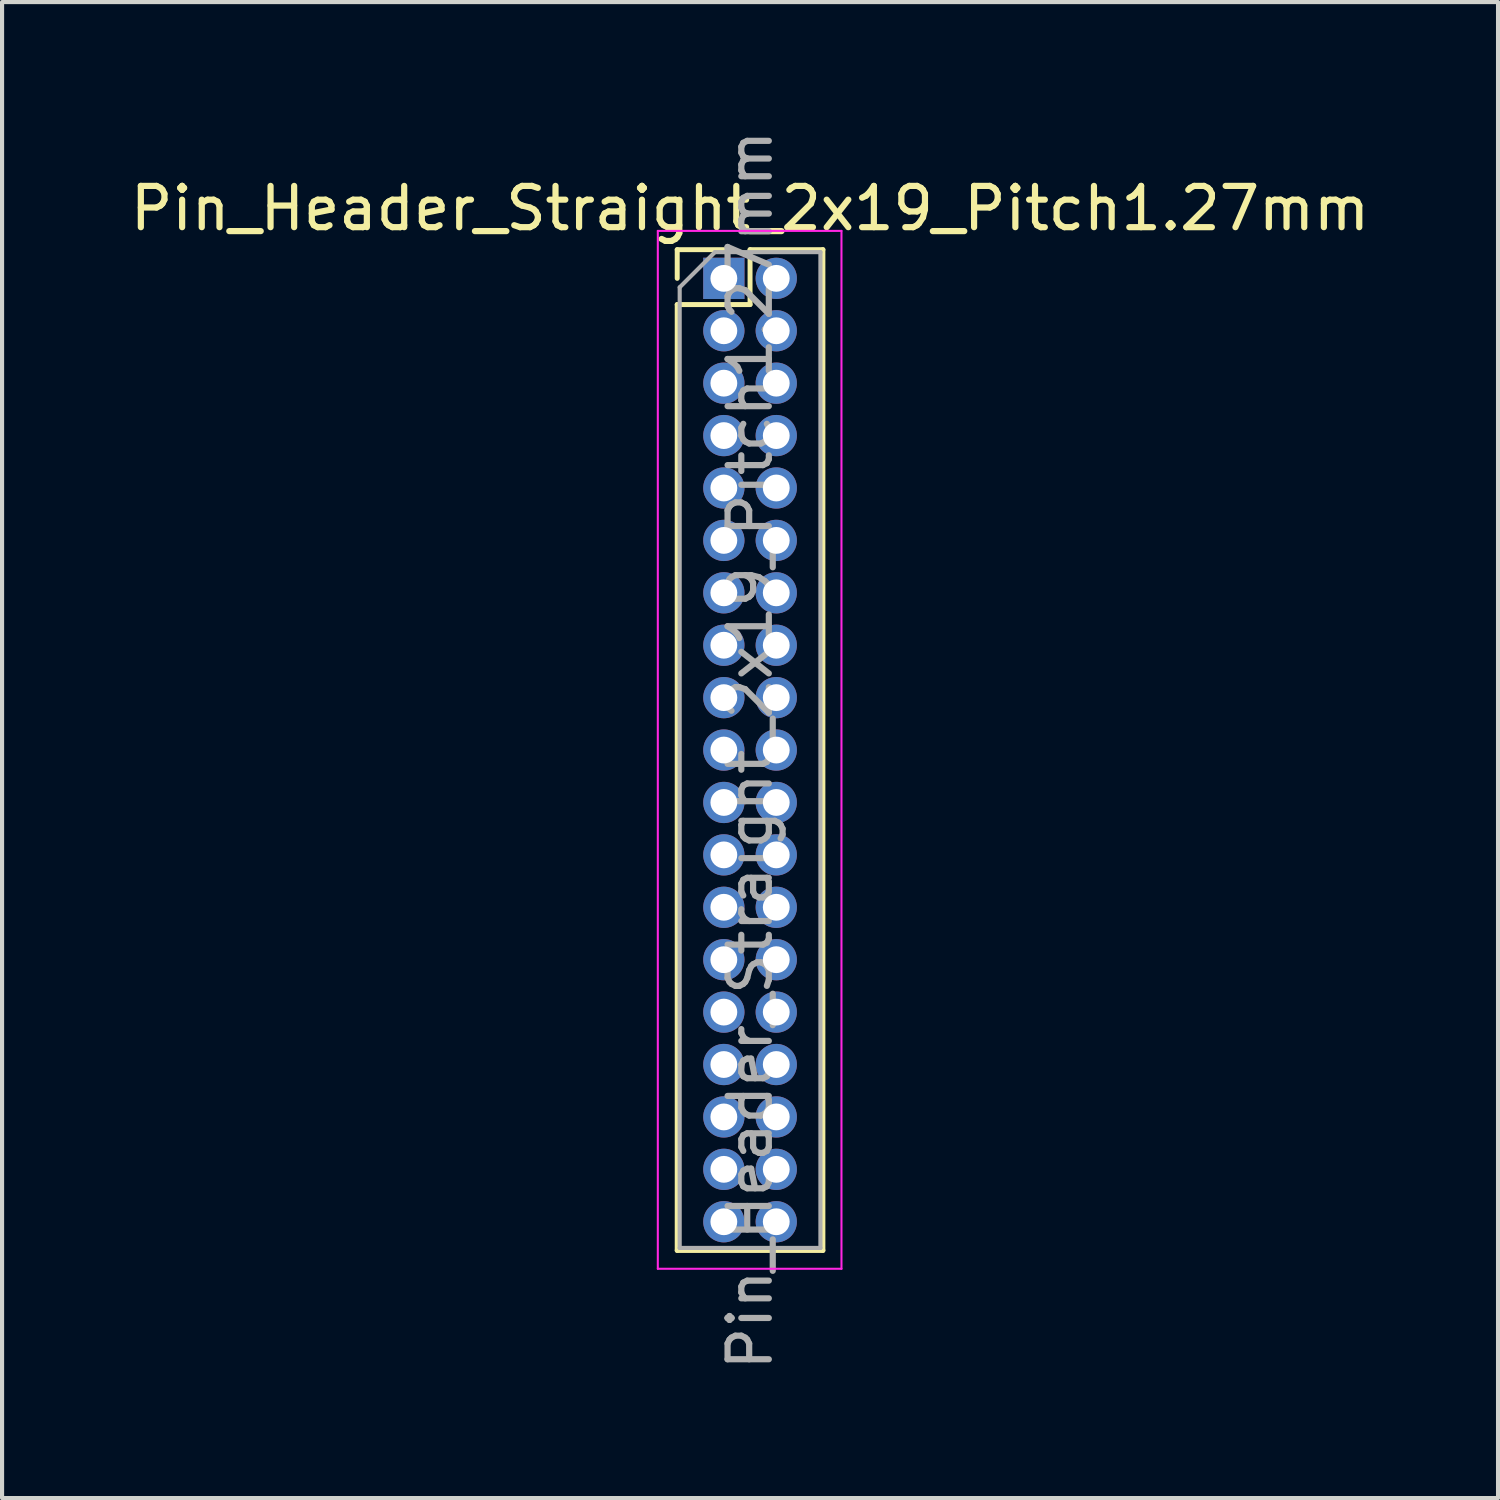
<source format=kicad_pcb>
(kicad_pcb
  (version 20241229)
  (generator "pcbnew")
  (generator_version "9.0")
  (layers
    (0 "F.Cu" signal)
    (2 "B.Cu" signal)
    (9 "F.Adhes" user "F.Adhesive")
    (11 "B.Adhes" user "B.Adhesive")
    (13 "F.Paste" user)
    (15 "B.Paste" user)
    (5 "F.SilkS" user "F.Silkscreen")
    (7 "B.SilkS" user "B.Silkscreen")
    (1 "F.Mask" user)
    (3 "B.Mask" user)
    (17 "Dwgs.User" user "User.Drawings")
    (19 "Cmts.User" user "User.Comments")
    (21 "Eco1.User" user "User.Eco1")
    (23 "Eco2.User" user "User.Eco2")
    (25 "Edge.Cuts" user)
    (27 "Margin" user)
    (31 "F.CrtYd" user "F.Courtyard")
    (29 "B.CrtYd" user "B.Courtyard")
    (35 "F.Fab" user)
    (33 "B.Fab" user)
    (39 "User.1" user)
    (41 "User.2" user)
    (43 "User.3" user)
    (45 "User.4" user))
  (footprint "Pin_Header_Straight_2x19_Pitch1.27mm"
    (layer "F.Cu")
    (at 14.49 3.695)
    (property "Reference" "Pin_Header_Straight_2x19_Pitch1.27mm" (at 0.635 -1.695 0) (layer "F.SilkS") (effects (font (size 1 1) (thickness 0.15))))
    (attr through_hole)
    (fp_line (start -1.13 -0.695) (end 0 -0.695) (stroke (width 0.12) (type solid)) (layer "F.SilkS"))
    (fp_line (start -1.13 0) (end -1.13 -0.695) (stroke (width 0.12) (type solid)) (layer "F.SilkS"))
    (fp_line (start -1.13 0.635) (end -1.13 23.555) (stroke (width 0.12) (type solid)) (layer "F.SilkS"))
    (fp_line (start -1.13 23.555) (end 2.4 23.555) (stroke (width 0.12) (type solid)) (layer "F.SilkS"))
    (fp_line (start 0.635 -0.695) (end 0.635 0.635) (stroke (width 0.12) (type solid)) (layer "F.SilkS"))
    (fp_line (start 0.635 0.635) (end -1.13 0.635) (stroke (width 0.12) (type solid)) (layer "F.SilkS"))
    (fp_line (start 2.4 -0.695) (end 0.635 -0.695) (stroke (width 0.12) (type solid)) (layer "F.SilkS"))
    (fp_line (start 2.4 23.555) (end 2.4 -0.695) (stroke (width 0.12) (type solid)) (layer "F.SilkS"))
    (fp_line (start -1.6 -1.15) (end -1.6 24) (stroke (width 0.05) (type solid)) (layer "F.CrtYd"))
    (fp_line (start -1.6 24) (end 2.85 24) (stroke (width 0.05) (type solid)) (layer "F.CrtYd"))
    (fp_line (start 2.85 -1.15) (end -1.6 -1.15) (stroke (width 0.05) (type solid)) (layer "F.CrtYd"))
    (fp_line (start 2.85 24) (end 2.85 -1.15) (stroke (width 0.05) (type solid)) (layer "F.CrtYd"))
    (fp_line (start -1.07 0.217) (end -0.217 -0.635) (stroke (width 0.1) (type solid)) (layer "F.Fab"))
    (fp_line (start -1.07 23.495) (end -1.07 0.217) (stroke (width 0.1) (type solid)) (layer "F.Fab"))
    (fp_line (start -0.217 -0.635) (end 2.34 -0.635) (stroke (width 0.1) (type solid)) (layer "F.Fab"))
    (fp_line (start 2.34 -0.635) (end 2.34 23.495) (stroke (width 0.1) (type solid)) (layer "F.Fab"))
    (fp_line (start 2.34 23.495) (end -1.07 23.495) (stroke (width 0.1) (type solid)) (layer "F.Fab"))
    (fp_text user "${REFERENCE}" (at 0.635 11.43 90) (layer "F.Fab") (effects (font (size 1 1) (thickness 0.15))))
    (pad "1" thru_hole rect (at 0 0) (size 1 1) (drill 0.65) (layers "*.Cu" "*.Mask"))
    (pad "2" thru_hole oval (at 1.27 0) (size 1 1) (drill 0.65) (layers "*.Cu" "*.Mask"))
    (pad "3" thru_hole oval (at 0 1.27) (size 1 1) (drill 0.65) (layers "*.Cu" "*.Mask"))
    (pad "4" thru_hole oval (at 1.27 1.27) (size 1 1) (drill 0.65) (layers "*.Cu" "*.Mask"))
    (pad "5" thru_hole oval (at 0 2.54) (size 1 1) (drill 0.65) (layers "*.Cu" "*.Mask"))
    (pad "6" thru_hole oval (at 1.27 2.54) (size 1 1) (drill 0.65) (layers "*.Cu" "*.Mask"))
    (pad "7" thru_hole oval (at 0 3.81) (size 1 1) (drill 0.65) (layers "*.Cu" "*.Mask"))
    (pad "8" thru_hole oval (at 1.27 3.81) (size 1 1) (drill 0.65) (layers "*.Cu" "*.Mask"))
    (pad "9" thru_hole oval (at 0 5.08) (size 1 1) (drill 0.65) (layers "*.Cu" "*.Mask"))
    (pad "10" thru_hole oval (at 1.27 5.08) (size 1 1) (drill 0.65) (layers "*.Cu" "*.Mask"))
    (pad "11" thru_hole oval (at 0 6.35) (size 1 1) (drill 0.65) (layers "*.Cu" "*.Mask"))
    (pad "12" thru_hole oval (at 1.27 6.35) (size 1 1) (drill 0.65) (layers "*.Cu" "*.Mask"))
    (pad "13" thru_hole oval (at 0 7.62) (size 1 1) (drill 0.65) (layers "*.Cu" "*.Mask"))
    (pad "14" thru_hole oval (at 1.27 7.62) (size 1 1) (drill 0.65) (layers "*.Cu" "*.Mask"))
    (pad "15" thru_hole oval (at 0 8.89) (size 1 1) (drill 0.65) (layers "*.Cu" "*.Mask"))
    (pad "16" thru_hole oval (at 1.27 8.89) (size 1 1) (drill 0.65) (layers "*.Cu" "*.Mask"))
    (pad "17" thru_hole oval (at 0 10.16) (size 1 1) (drill 0.65) (layers "*.Cu" "*.Mask"))
    (pad "18" thru_hole oval (at 1.27 10.16) (size 1 1) (drill 0.65) (layers "*.Cu" "*.Mask"))
    (pad "19" thru_hole oval (at 0 11.43) (size 1 1) (drill 0.65) (layers "*.Cu" "*.Mask"))
    (pad "20" thru_hole oval (at 1.27 11.43) (size 1 1) (drill 0.65) (layers "*.Cu" "*.Mask"))
    (pad "21" thru_hole oval (at 0 12.7) (size 1 1) (drill 0.65) (layers "*.Cu" "*.Mask"))
    (pad "22" thru_hole oval (at 1.27 12.7) (size 1 1) (drill 0.65) (layers "*.Cu" "*.Mask"))
    (pad "23" thru_hole oval (at 0 13.97) (size 1 1) (drill 0.65) (layers "*.Cu" "*.Mask"))
    (pad "24" thru_hole oval (at 1.27 13.97) (size 1 1) (drill 0.65) (layers "*.Cu" "*.Mask"))
    (pad "25" thru_hole oval (at 0 15.24) (size 1 1) (drill 0.65) (layers "*.Cu" "*.Mask"))
    (pad "26" thru_hole oval (at 1.27 15.24) (size 1 1) (drill 0.65) (layers "*.Cu" "*.Mask"))
    (pad "27" thru_hole oval (at 0 16.51) (size 1 1) (drill 0.65) (layers "*.Cu" "*.Mask"))
    (pad "28" thru_hole oval (at 1.27 16.51) (size 1 1) (drill 0.65) (layers "*.Cu" "*.Mask"))
    (pad "29" thru_hole oval (at 0 17.78) (size 1 1) (drill 0.65) (layers "*.Cu" "*.Mask"))
    (pad "30" thru_hole oval (at 1.27 17.78) (size 1 1) (drill 0.65) (layers "*.Cu" "*.Mask"))
    (pad "31" thru_hole oval (at 0 19.05) (size 1 1) (drill 0.65) (layers "*.Cu" "*.Mask"))
    (pad "32" thru_hole oval (at 1.27 19.05) (size 1 1) (drill 0.65) (layers "*.Cu" "*.Mask"))
    (pad "33" thru_hole oval (at 0 20.32) (size 1 1) (drill 0.65) (layers "*.Cu" "*.Mask"))
    (pad "34" thru_hole oval (at 1.27 20.32) (size 1 1) (drill 0.65) (layers "*.Cu" "*.Mask"))
    (pad "35" thru_hole oval (at 0 21.59) (size 1 1) (drill 0.65) (layers "*.Cu" "*.Mask"))
    (pad "36" thru_hole oval (at 1.27 21.59) (size 1 1) (drill 0.65) (layers "*.Cu" "*.Mask"))
    (pad "37" thru_hole oval (at 0 22.86) (size 1 1) (drill 0.65) (layers "*.Cu" "*.Mask"))
    (pad "38" thru_hole oval (at 1.27 22.86) (size 1 1) (drill 0.65) (layers "*.Cu" "*.Mask")))
  (gr_rect
    (start -3 -3)
    (end 33.25 33.25)
    (stroke (width 0.1) (type default))
    (fill no)
    (layer "Edge.Cuts")))
</source>
